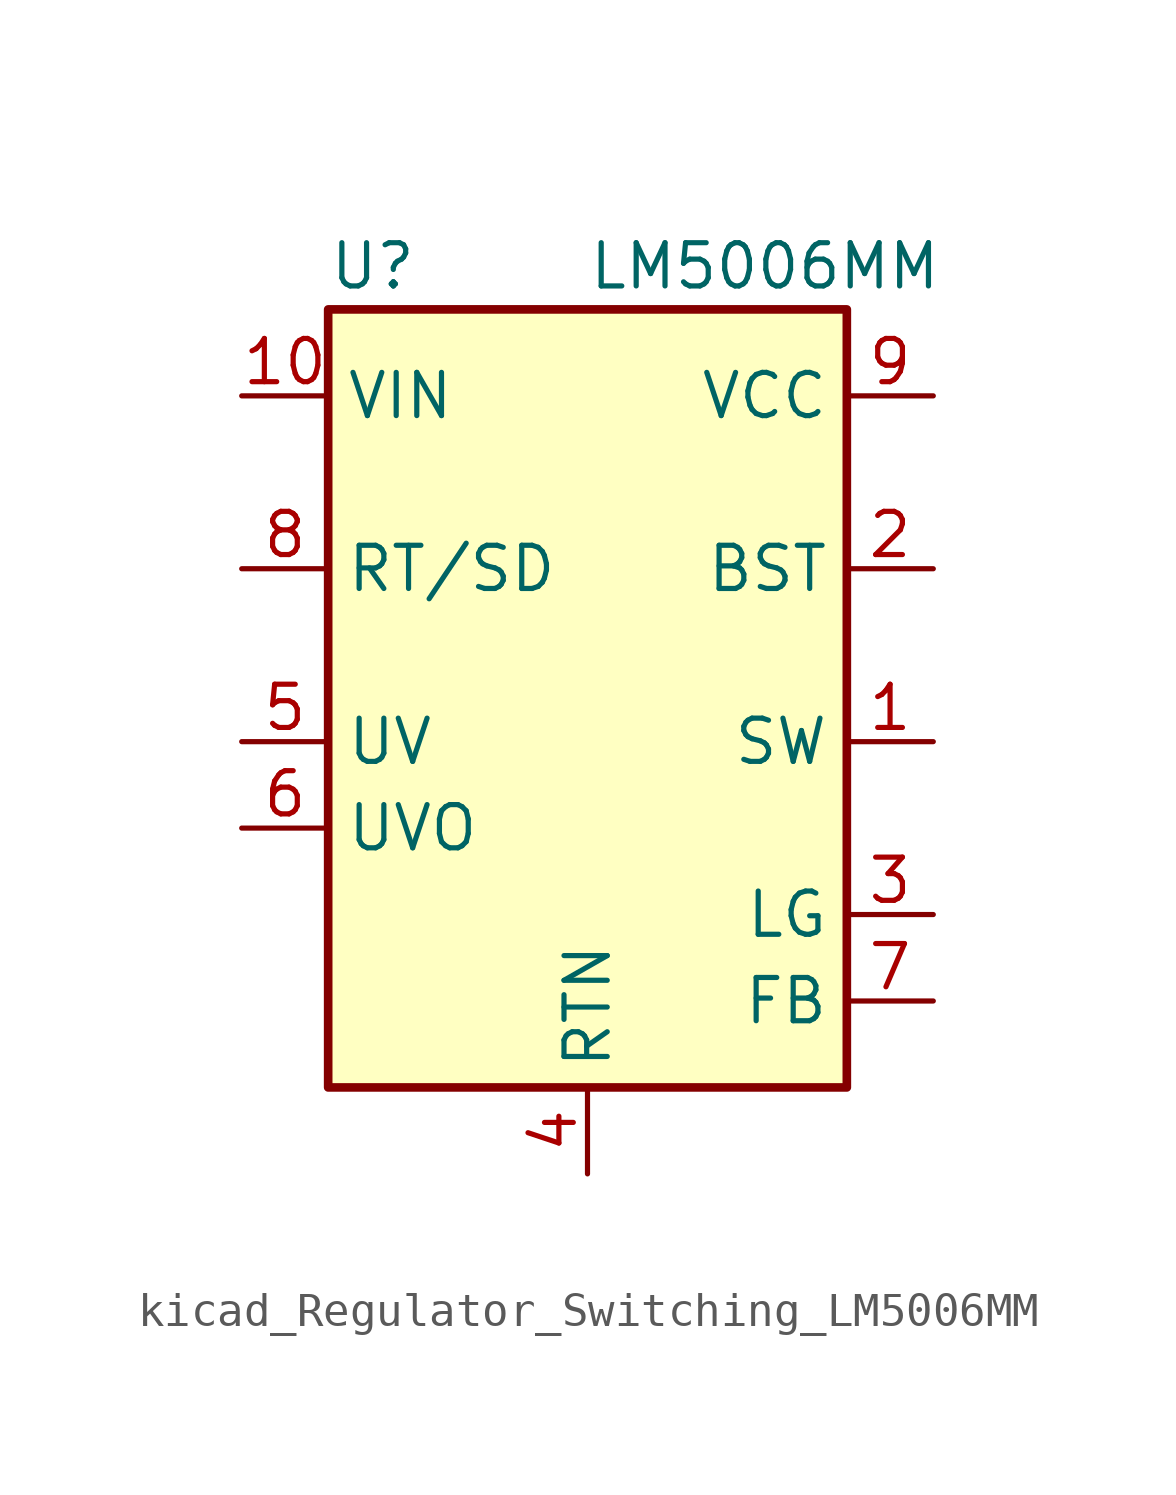
<source format=kicad_sym>
(kicad_symbol_lib
  (version 20220914)
  (generator kicad_symbol_editor)
  (symbol "kicad_Regulator_Switching_LM5006MM"
    (property "Reference" "U"
      (at -7.62 13.97 0)
      (effects (font (size 1.27 1.27)) (justify left)))
    (property "Value" "LM5006MM"
      (at 0 13.97 0)
      (effects (font (size 1.27 1.27)) (justify left)))
    (symbol "kicad_Regulator_Switching_LM5006MM_0_1"
      (rectangle (start -7.62 12.7) (end 7.62 -10.16) (stroke (width 0.254) (type default)) (fill (type background))))
    (symbol "kicad_Regulator_Switching_LM5006MM_1_1"
      (pin output line (at 10.16 0 180) (length 2.54) (name "SW" (effects (font (size 1.27 1.27)))) (number "1" (effects (font (size 1.27 1.27)))))
      (pin power_in line (at -10.16 10.16 0) (length 2.54) (name "VIN" (effects (font (size 1.27 1.27)))) (number "10" (effects (font (size 1.27 1.27)))))
      (pin input line (at 10.16 5.08 180) (length 2.54) (name "BST" (effects (font (size 1.27 1.27)))) (number "2" (effects (font (size 1.27 1.27)))))
      (pin output line (at 10.16 -5.08 180) (length 2.54) (name "LG" (effects (font (size 1.27 1.27)))) (number "3" (effects (font (size 1.27 1.27)))))
      (pin power_in line (at 0 -12.7 90) (length 2.54) (name "RTN" (effects (font (size 1.27 1.27)))) (number "4" (effects (font (size 1.27 1.27)))))
      (pin input line (at -10.16 0 0) (length 2.54) (name "UV" (effects (font (size 1.27 1.27)))) (number "5" (effects (font (size 1.27 1.27)))))
      (pin output line (at -10.16 -2.54 0) (length 2.54) (name "UVO" (effects (font (size 1.27 1.27)))) (number "6" (effects (font (size 1.27 1.27)))))
      (pin input line (at 10.16 -7.62 180) (length 2.54) (name "FB" (effects (font (size 1.27 1.27)))) (number "7" (effects (font (size 1.27 1.27)))))
      (pin input line (at -10.16 5.08 0) (length 2.54) (name "RT/SD" (effects (font (size 1.27 1.27)))) (number "8" (effects (font (size 1.27 1.27)))))
      (pin output line (at 10.16 10.16 180) (length 2.54) (name "VCC" (effects (font (size 1.27 1.27)))) (number "9" (effects (font (size 1.27 1.27))))))))
</source>
